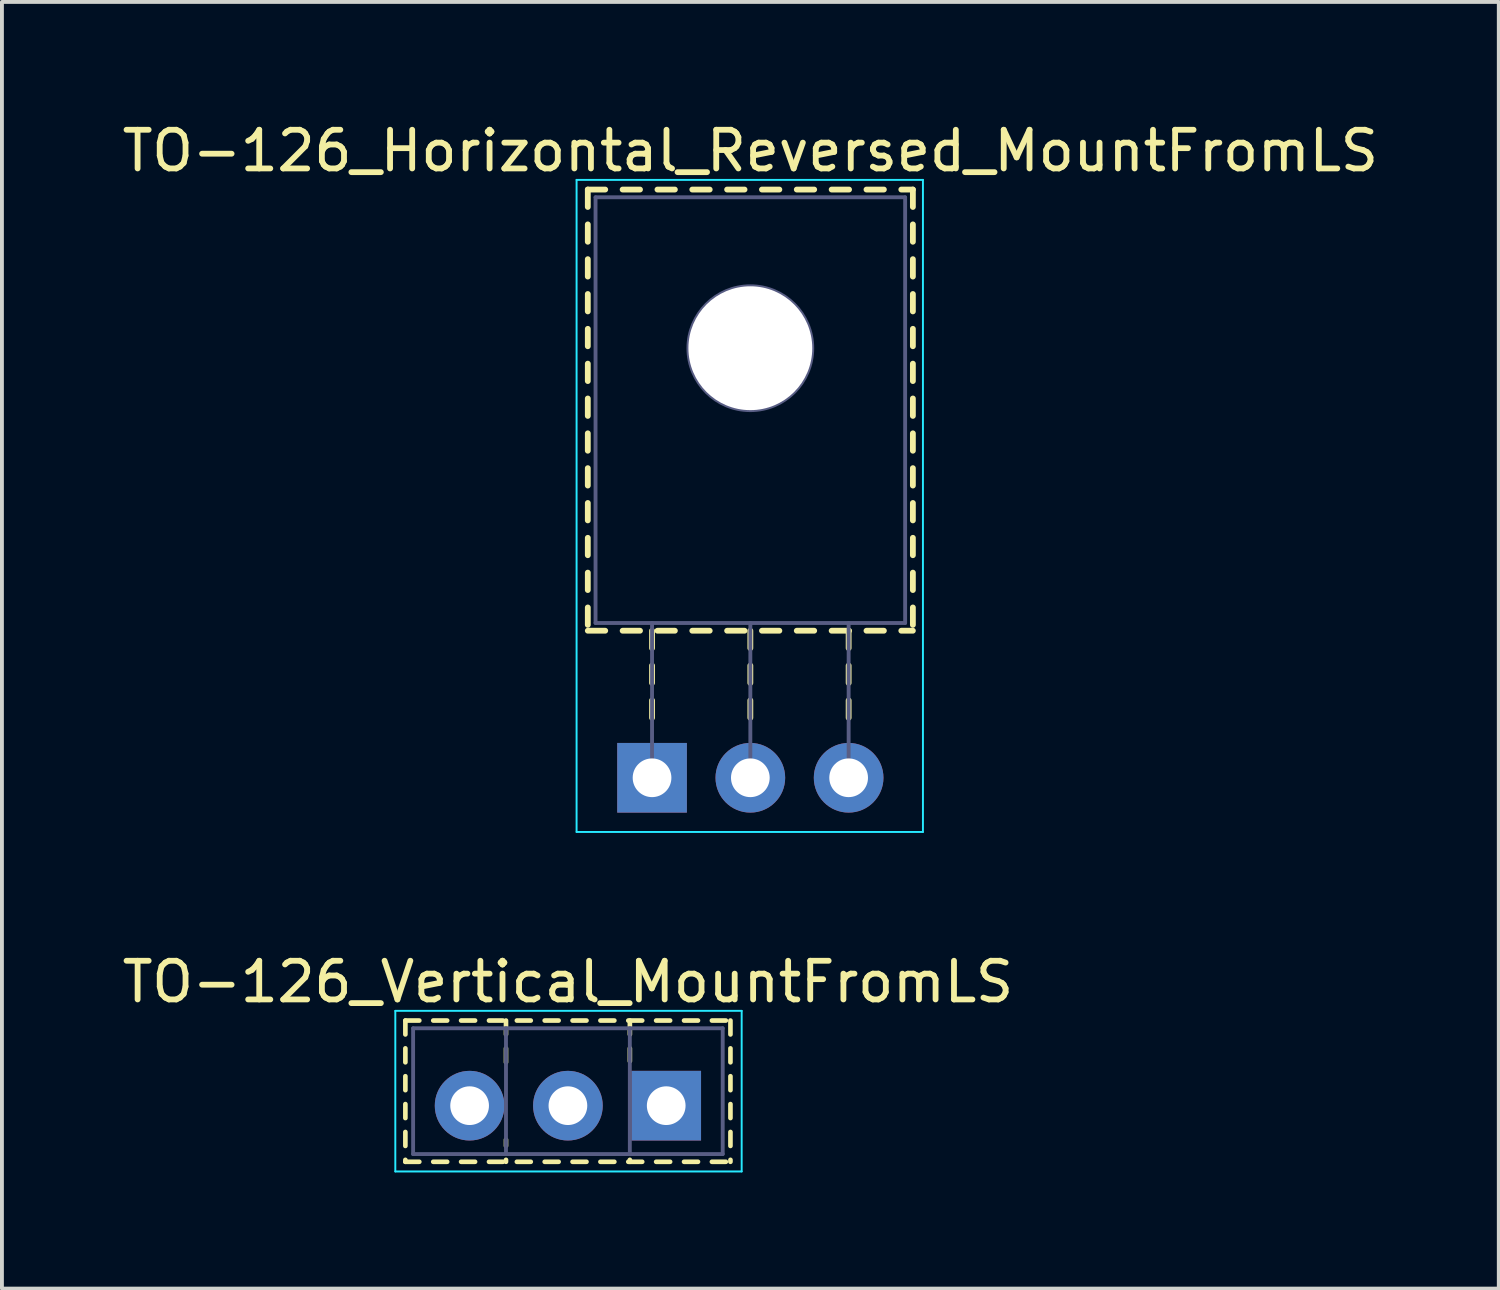
<source format=kicad_pcb>
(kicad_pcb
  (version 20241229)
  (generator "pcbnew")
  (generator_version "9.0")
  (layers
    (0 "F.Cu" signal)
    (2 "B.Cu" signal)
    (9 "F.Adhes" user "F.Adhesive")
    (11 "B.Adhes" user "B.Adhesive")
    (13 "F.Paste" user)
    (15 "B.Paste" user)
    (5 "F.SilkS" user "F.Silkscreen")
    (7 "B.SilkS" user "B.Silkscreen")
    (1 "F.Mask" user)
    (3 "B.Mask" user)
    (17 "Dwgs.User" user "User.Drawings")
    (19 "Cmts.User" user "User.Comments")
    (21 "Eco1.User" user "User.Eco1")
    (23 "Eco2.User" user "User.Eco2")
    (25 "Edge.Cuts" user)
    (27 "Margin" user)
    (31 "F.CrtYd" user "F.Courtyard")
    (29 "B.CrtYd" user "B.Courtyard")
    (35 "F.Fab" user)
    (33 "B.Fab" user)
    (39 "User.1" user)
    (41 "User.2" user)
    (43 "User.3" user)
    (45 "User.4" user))
  (footprint "TO-126_Horizontal_Reversed_MountFromLS"
    (layer "F.Cu")
    (at 13.799 17.048)
    (property "Reference" "TO-126_Horizontal_Reversed_MountFromLS" (at 2.54 -16.2 0) (layer "F.SilkS") (effects (font (size 1 1) (thickness 0.15))))
    (attr through_hole)
    (fp_line (start -1.66 -15.2) (end -1.66 -14.75) (stroke (width 0.15) (type solid)) (layer "F.SilkS"))
    (fp_line (start -1.66 -15.2) (end -1.21 -15.2) (stroke (width 0.15) (type solid)) (layer "F.SilkS"))
    (fp_line (start -1.66 -14.3) (end -1.66 -13.851) (stroke (width 0.15) (type solid)) (layer "F.SilkS"))
    (fp_line (start -1.66 -13.401) (end -1.66 -12.951) (stroke (width 0.15) (type solid)) (layer "F.SilkS"))
    (fp_line (start -1.66 -12.501) (end -1.66 -12.051) (stroke (width 0.15) (type solid)) (layer "F.SilkS"))
    (fp_line (start -1.66 -11.601) (end -1.66 -11.151) (stroke (width 0.15) (type solid)) (layer "F.SilkS"))
    (fp_line (start -1.66 -10.701) (end -1.66 -10.251) (stroke (width 0.15) (type solid)) (layer "F.SilkS"))
    (fp_line (start -1.66 -9.801) (end -1.66 -9.351) (stroke (width 0.15) (type solid)) (layer "F.SilkS"))
    (fp_line (start -1.66 -8.901) (end -1.66 -8.451) (stroke (width 0.15) (type solid)) (layer "F.SilkS"))
    (fp_line (start -1.66 -8.001) (end -1.66 -7.551) (stroke (width 0.15) (type solid)) (layer "F.SilkS"))
    (fp_line (start -1.66 -7.101) (end -1.66 -6.651) (stroke (width 0.15) (type solid)) (layer "F.SilkS"))
    (fp_line (start -1.66 -6.201) (end -1.66 -5.751) (stroke (width 0.15) (type solid)) (layer "F.SilkS"))
    (fp_line (start -1.66 -5.301) (end -1.66 -4.851) (stroke (width 0.15) (type solid)) (layer "F.SilkS"))
    (fp_line (start -1.66 -4.401) (end -1.66 -3.951) (stroke (width 0.15) (type solid)) (layer "F.SilkS"))
    (fp_line (start -1.66 -3.8) (end -1.21 -3.8) (stroke (width 0.15) (type solid)) (layer "F.SilkS"))
    (fp_line (start -0.76 -15.2) (end -0.311 -15.2) (stroke (width 0.15) (type solid)) (layer "F.SilkS"))
    (fp_line (start -0.76 -3.8) (end -0.311 -3.8) (stroke (width 0.15) (type solid)) (layer "F.SilkS"))
    (fp_line (start 0 -3.8) (end 0 -3.35) (stroke (width 0.15) (type solid)) (layer "F.SilkS"))
    (fp_line (start 0 -2.9) (end 0 -2.45) (stroke (width 0.15) (type solid)) (layer "F.SilkS"))
    (fp_line (start 0 -2) (end 0 -1.55) (stroke (width 0.15) (type solid)) (layer "F.SilkS"))
    (fp_line (start 0.14 -15.2) (end 0.59 -15.2) (stroke (width 0.15) (type solid)) (layer "F.SilkS"))
    (fp_line (start 0.14 -3.8) (end 0.59 -3.8) (stroke (width 0.15) (type solid)) (layer "F.SilkS"))
    (fp_line (start 1.04 -15.2) (end 1.49 -15.2) (stroke (width 0.15) (type solid)) (layer "F.SilkS"))
    (fp_line (start 1.04 -3.8) (end 1.49 -3.8) (stroke (width 0.15) (type solid)) (layer "F.SilkS"))
    (fp_line (start 1.94 -15.2) (end 2.39 -15.2) (stroke (width 0.15) (type solid)) (layer "F.SilkS"))
    (fp_line (start 1.94 -3.8) (end 2.39 -3.8) (stroke (width 0.15) (type solid)) (layer "F.SilkS"))
    (fp_line (start 2.54 -3.8) (end 2.54 -3.35) (stroke (width 0.15) (type solid)) (layer "F.SilkS"))
    (fp_line (start 2.54 -2.9) (end 2.54 -2.45) (stroke (width 0.15) (type solid)) (layer "F.SilkS"))
    (fp_line (start 2.54 -2) (end 2.54 -1.55) (stroke (width 0.15) (type solid)) (layer "F.SilkS"))
    (fp_line (start 2.84 -15.2) (end 3.29 -15.2) (stroke (width 0.15) (type solid)) (layer "F.SilkS"))
    (fp_line (start 2.84 -3.8) (end 3.29 -3.8) (stroke (width 0.15) (type solid)) (layer "F.SilkS"))
    (fp_line (start 3.74 -15.2) (end 4.19 -15.2) (stroke (width 0.15) (type solid)) (layer "F.SilkS"))
    (fp_line (start 3.74 -3.8) (end 4.19 -3.8) (stroke (width 0.15) (type solid)) (layer "F.SilkS"))
    (fp_line (start 4.641 -15.2) (end 5.091 -15.2) (stroke (width 0.15) (type solid)) (layer "F.SilkS"))
    (fp_line (start 4.641 -3.8) (end 5.091 -3.8) (stroke (width 0.15) (type solid)) (layer "F.SilkS"))
    (fp_line (start 5.08 -3.8) (end 5.08 -3.35) (stroke (width 0.15) (type solid)) (layer "F.SilkS"))
    (fp_line (start 5.08 -2.9) (end 5.08 -2.45) (stroke (width 0.15) (type solid)) (layer "F.SilkS"))
    (fp_line (start 5.08 -2) (end 5.08 -1.55) (stroke (width 0.15) (type solid)) (layer "F.SilkS"))
    (fp_line (start 5.541 -15.2) (end 5.991 -15.2) (stroke (width 0.15) (type solid)) (layer "F.SilkS"))
    (fp_line (start 5.541 -3.8) (end 5.991 -3.8) (stroke (width 0.15) (type solid)) (layer "F.SilkS"))
    (fp_line (start 6.441 -15.2) (end 6.74 -15.2) (stroke (width 0.15) (type solid)) (layer "F.SilkS"))
    (fp_line (start 6.441 -3.8) (end 6.74 -3.8) (stroke (width 0.15) (type solid)) (layer "F.SilkS"))
    (fp_line (start 6.74 -15.2) (end 6.74 -14.75) (stroke (width 0.15) (type solid)) (layer "F.SilkS"))
    (fp_line (start 6.74 -14.3) (end 6.74 -13.851) (stroke (width 0.15) (type solid)) (layer "F.SilkS"))
    (fp_line (start 6.74 -13.401) (end 6.74 -12.951) (stroke (width 0.15) (type solid)) (layer "F.SilkS"))
    (fp_line (start 6.74 -12.501) (end 6.74 -12.051) (stroke (width 0.15) (type solid)) (layer "F.SilkS"))
    (fp_line (start 6.74 -11.601) (end 6.74 -11.151) (stroke (width 0.15) (type solid)) (layer "F.SilkS"))
    (fp_line (start 6.74 -10.701) (end 6.74 -10.251) (stroke (width 0.15) (type solid)) (layer "F.SilkS"))
    (fp_line (start 6.74 -9.801) (end 6.74 -9.351) (stroke (width 0.15) (type solid)) (layer "F.SilkS"))
    (fp_line (start 6.74 -8.901) (end 6.74 -8.451) (stroke (width 0.15) (type solid)) (layer "F.SilkS"))
    (fp_line (start 6.74 -8.001) (end 6.74 -7.551) (stroke (width 0.15) (type solid)) (layer "F.SilkS"))
    (fp_line (start 6.74 -7.101) (end 6.74 -6.651) (stroke (width 0.15) (type solid)) (layer "F.SilkS"))
    (fp_line (start 6.74 -6.201) (end 6.74 -5.751) (stroke (width 0.15) (type solid)) (layer "F.SilkS"))
    (fp_line (start 6.74 -5.301) (end 6.74 -4.851) (stroke (width 0.15) (type solid)) (layer "F.SilkS"))
    (fp_line (start 6.74 -4.401) (end 6.74 -3.951) (stroke (width 0.15) (type solid)) (layer "F.SilkS"))
    (fp_line (start -1.95 -15.45) (end -1.95 1.4) (stroke (width 0.05) (type solid)) (layer "B.CrtYd"))
    (fp_line (start -1.95 1.4) (end 7 1.4) (stroke (width 0.05) (type solid)) (layer "B.CrtYd"))
    (fp_line (start 7 -15.45) (end -1.95 -15.45) (stroke (width 0.05) (type solid)) (layer "B.CrtYd"))
    (fp_line (start 7 1.4) (end 7 -15.45) (stroke (width 0.05) (type solid)) (layer "B.CrtYd"))
    (fp_line (start -1.46 -15) (end 6.54 -15) (stroke (width 0.1) (type solid)) (layer "B.Fab"))
    (fp_line (start -1.46 -4) (end -1.46 -15) (stroke (width 0.1) (type solid)) (layer "B.Fab"))
    (fp_line (start 0 -4) (end 0 0) (stroke (width 0.1) (type solid)) (layer "B.Fab"))
    (fp_line (start 2.54 -4) (end 2.54 0) (stroke (width 0.1) (type solid)) (layer "B.Fab"))
    (fp_line (start 5.08 -4) (end 5.08 0) (stroke (width 0.1) (type solid)) (layer "B.Fab"))
    (fp_line (start 6.54 -15) (end 6.54 -4) (stroke (width 0.1) (type solid)) (layer "B.Fab"))
    (fp_line (start 6.54 -4) (end -1.46 -4) (stroke (width 0.1) (type solid)) (layer "B.Fab"))
    (fp_circle (center 2.54 -11.1) (end 4.14 -11.1) (stroke (width 0.1) (type solid)) (fill no) (layer "B.Fab"))
    (pad "" np_thru_hole oval (at 2.54 -11.1) (size 3.2 3.2) (drill 3.2) (layers "*.Cu" "*.Mask"))
    (pad "1" thru_hole rect (at 0 0) (size 1.8 1.8) (drill 1) (layers "*.Cu" "*.Mask"))
    (pad "2" thru_hole oval (at 2.54 0) (size 1.8 1.8) (drill 1) (layers "*.Cu" "*.Mask"))
    (pad "3" thru_hole oval (at 5.08 0) (size 1.8 1.8) (drill 1) (layers "*.Cu" "*.Mask")))
  (footprint "TO-126_Vertical_MountFromLS"
    (layer "F.Cu")
    (at 14.165 25.521)
    (property "Reference" "TO-126_Vertical_MountFromLS" (at -2.54 -3.2 0) (layer "F.SilkS") (effects (font (size 1 1) (thickness 0.15))))
    (attr through_hole)
    (fp_line (start -6.74 -2.2) (end -6.74 -1.841) (stroke (width 0.12) (type solid)) (layer "F.SilkS"))
    (fp_line (start -6.74 -2.2) (end -6.38 -2.2) (stroke (width 0.12) (type solid)) (layer "F.SilkS"))
    (fp_line (start -6.74 -1.481) (end -6.74 -1.121) (stroke (width 0.12) (type solid)) (layer "F.SilkS"))
    (fp_line (start -6.74 -0.761) (end -6.74 -0.401) (stroke (width 0.12) (type solid)) (layer "F.SilkS"))
    (fp_line (start -6.74 -0.041) (end -6.74 0.32) (stroke (width 0.12) (type solid)) (layer "F.SilkS"))
    (fp_line (start -6.74 0.68) (end -6.74 1.04) (stroke (width 0.12) (type solid)) (layer "F.SilkS"))
    (fp_line (start -6.74 1.4) (end -6.74 1.45) (stroke (width 0.12) (type solid)) (layer "F.SilkS"))
    (fp_line (start -6.74 1.45) (end -6.38 1.45) (stroke (width 0.12) (type solid)) (layer "F.SilkS"))
    (fp_line (start -6.02 -2.2) (end -5.66 -2.2) (stroke (width 0.12) (type solid)) (layer "F.SilkS"))
    (fp_line (start -6.02 1.45) (end -5.66 1.45) (stroke (width 0.12) (type solid)) (layer "F.SilkS"))
    (fp_line (start -5.3 -2.2) (end -4.939 -2.2) (stroke (width 0.12) (type solid)) (layer "F.SilkS"))
    (fp_line (start -5.3 1.45) (end -4.939 1.45) (stroke (width 0.12) (type solid)) (layer "F.SilkS"))
    (fp_line (start -4.579 -2.2) (end -4.219 -2.2) (stroke (width 0.12) (type solid)) (layer "F.SilkS"))
    (fp_line (start -4.579 1.45) (end -4.219 1.45) (stroke (width 0.12) (type solid)) (layer "F.SilkS"))
    (fp_line (start -4.14 -2.2) (end -4.14 -1.841) (stroke (width 0.12) (type solid)) (layer "F.SilkS"))
    (fp_line (start -4.14 -1.481) (end -4.14 -1.121) (stroke (width 0.12) (type solid)) (layer "F.SilkS"))
    (fp_line (start -4.14 0.878) (end -4.14 1.04) (stroke (width 0.12) (type solid)) (layer "F.SilkS"))
    (fp_line (start -4.14 1.4) (end -4.14 1.45) (stroke (width 0.12) (type solid)) (layer "F.SilkS"))
    (fp_line (start -3.859 -2.2) (end -3.5 -2.2) (stroke (width 0.12) (type solid)) (layer "F.SilkS"))
    (fp_line (start -3.859 1.45) (end -3.5 1.45) (stroke (width 0.12) (type solid)) (layer "F.SilkS"))
    (fp_line (start -3.14 -2.2) (end -2.78 -2.2) (stroke (width 0.12) (type solid)) (layer "F.SilkS"))
    (fp_line (start -3.14 1.45) (end -2.78 1.45) (stroke (width 0.12) (type solid)) (layer "F.SilkS"))
    (fp_line (start -2.42 -2.2) (end -2.06 -2.2) (stroke (width 0.12) (type solid)) (layer "F.SilkS"))
    (fp_line (start -2.42 1.45) (end -2.06 1.45) (stroke (width 0.12) (type solid)) (layer "F.SilkS"))
    (fp_line (start -1.7 -2.2) (end -1.34 -2.2) (stroke (width 0.12) (type solid)) (layer "F.SilkS"))
    (fp_line (start -1.7 1.45) (end -1.34 1.45) (stroke (width 0.12) (type solid)) (layer "F.SilkS"))
    (fp_line (start -0.98 -2.2) (end -0.62 -2.2) (stroke (width 0.12) (type solid)) (layer "F.SilkS"))
    (fp_line (start -0.98 1.45) (end -0.62 1.45) (stroke (width 0.12) (type solid)) (layer "F.SilkS"))
    (fp_line (start -0.939 -2.2) (end -0.939 -1.841) (stroke (width 0.12) (type solid)) (layer "F.SilkS"))
    (fp_line (start -0.939 -1.481) (end -0.939 -1.15) (stroke (width 0.12) (type solid)) (layer "F.SilkS"))
    (fp_line (start -0.939 1.4) (end -0.939 1.45) (stroke (width 0.12) (type solid)) (layer "F.SilkS"))
    (fp_line (start -0.26 -2.2) (end 0.101 -2.2) (stroke (width 0.12) (type solid)) (layer "F.SilkS"))
    (fp_line (start -0.26 1.45) (end 0.101 1.45) (stroke (width 0.12) (type solid)) (layer "F.SilkS"))
    (fp_line (start 0.461 -2.2) (end 0.821 -2.2) (stroke (width 0.12) (type solid)) (layer "F.SilkS"))
    (fp_line (start 0.461 1.45) (end 0.821 1.45) (stroke (width 0.12) (type solid)) (layer "F.SilkS"))
    (fp_line (start 1.181 -2.2) (end 1.541 -2.2) (stroke (width 0.12) (type solid)) (layer "F.SilkS"))
    (fp_line (start 1.181 1.45) (end 1.541 1.45) (stroke (width 0.12) (type solid)) (layer "F.SilkS"))
    (fp_line (start 1.66 -2.2) (end 1.66 -1.841) (stroke (width 0.12) (type solid)) (layer "F.SilkS"))
    (fp_line (start 1.66 -1.481) (end 1.66 -1.121) (stroke (width 0.12) (type solid)) (layer "F.SilkS"))
    (fp_line (start 1.66 -0.761) (end 1.66 -0.401) (stroke (width 0.12) (type solid)) (layer "F.SilkS"))
    (fp_line (start 1.66 -0.041) (end 1.66 0.32) (stroke (width 0.12) (type solid)) (layer "F.SilkS"))
    (fp_line (start 1.66 0.68) (end 1.66 1.04) (stroke (width 0.12) (type solid)) (layer "F.SilkS"))
    (fp_line (start 1.66 1.4) (end 1.66 1.45) (stroke (width 0.12) (type solid)) (layer "F.SilkS"))
    (fp_line (start -7 -2.45) (end -7 1.7) (stroke (width 0.05) (type solid)) (layer "B.CrtYd"))
    (fp_line (start -7 1.7) (end 1.95 1.7) (stroke (width 0.05) (type solid)) (layer "B.CrtYd"))
    (fp_line (start 1.95 -2.45) (end -7 -2.45) (stroke (width 0.05) (type solid)) (layer "B.CrtYd"))
    (fp_line (start 1.95 1.7) (end 1.95 -2.45) (stroke (width 0.05) (type solid)) (layer "B.CrtYd"))
    (fp_line (start -6.54 -2) (end -6.54 1.25) (stroke (width 0.1) (type solid)) (layer "B.Fab"))
    (fp_line (start -6.54 1.25) (end 1.46 1.25) (stroke (width 0.1) (type solid)) (layer "B.Fab"))
    (fp_line (start -4.14 -2) (end -4.14 1.25) (stroke (width 0.1) (type solid)) (layer "B.Fab"))
    (fp_line (start -0.94 -2) (end -0.94 1.25) (stroke (width 0.1) (type solid)) (layer "B.Fab"))
    (fp_line (start 1.46 -2) (end -6.54 -2) (stroke (width 0.1) (type solid)) (layer "B.Fab"))
    (fp_line (start 1.46 1.25) (end 1.46 -2) (stroke (width 0.1) (type solid)) (layer "B.Fab"))
    (pad "1" thru_hole rect (at 0 0) (size 1.8 1.8) (drill 1) (layers "*.Cu" "*.Mask"))
    (pad "2" thru_hole oval (at -2.54 0) (size 1.8 1.8) (drill 1) (layers "*.Cu" "*.Mask"))
    (pad "3" thru_hole oval (at -5.08 0) (size 1.8 1.8) (drill 1) (layers "*.Cu" "*.Mask")))
  (gr_rect
    (start -3 -3)
    (end 35.679 30.247)
    (stroke (width 0.1) (type default))
    (fill no)
    (layer "Edge.Cuts")))
</source>
